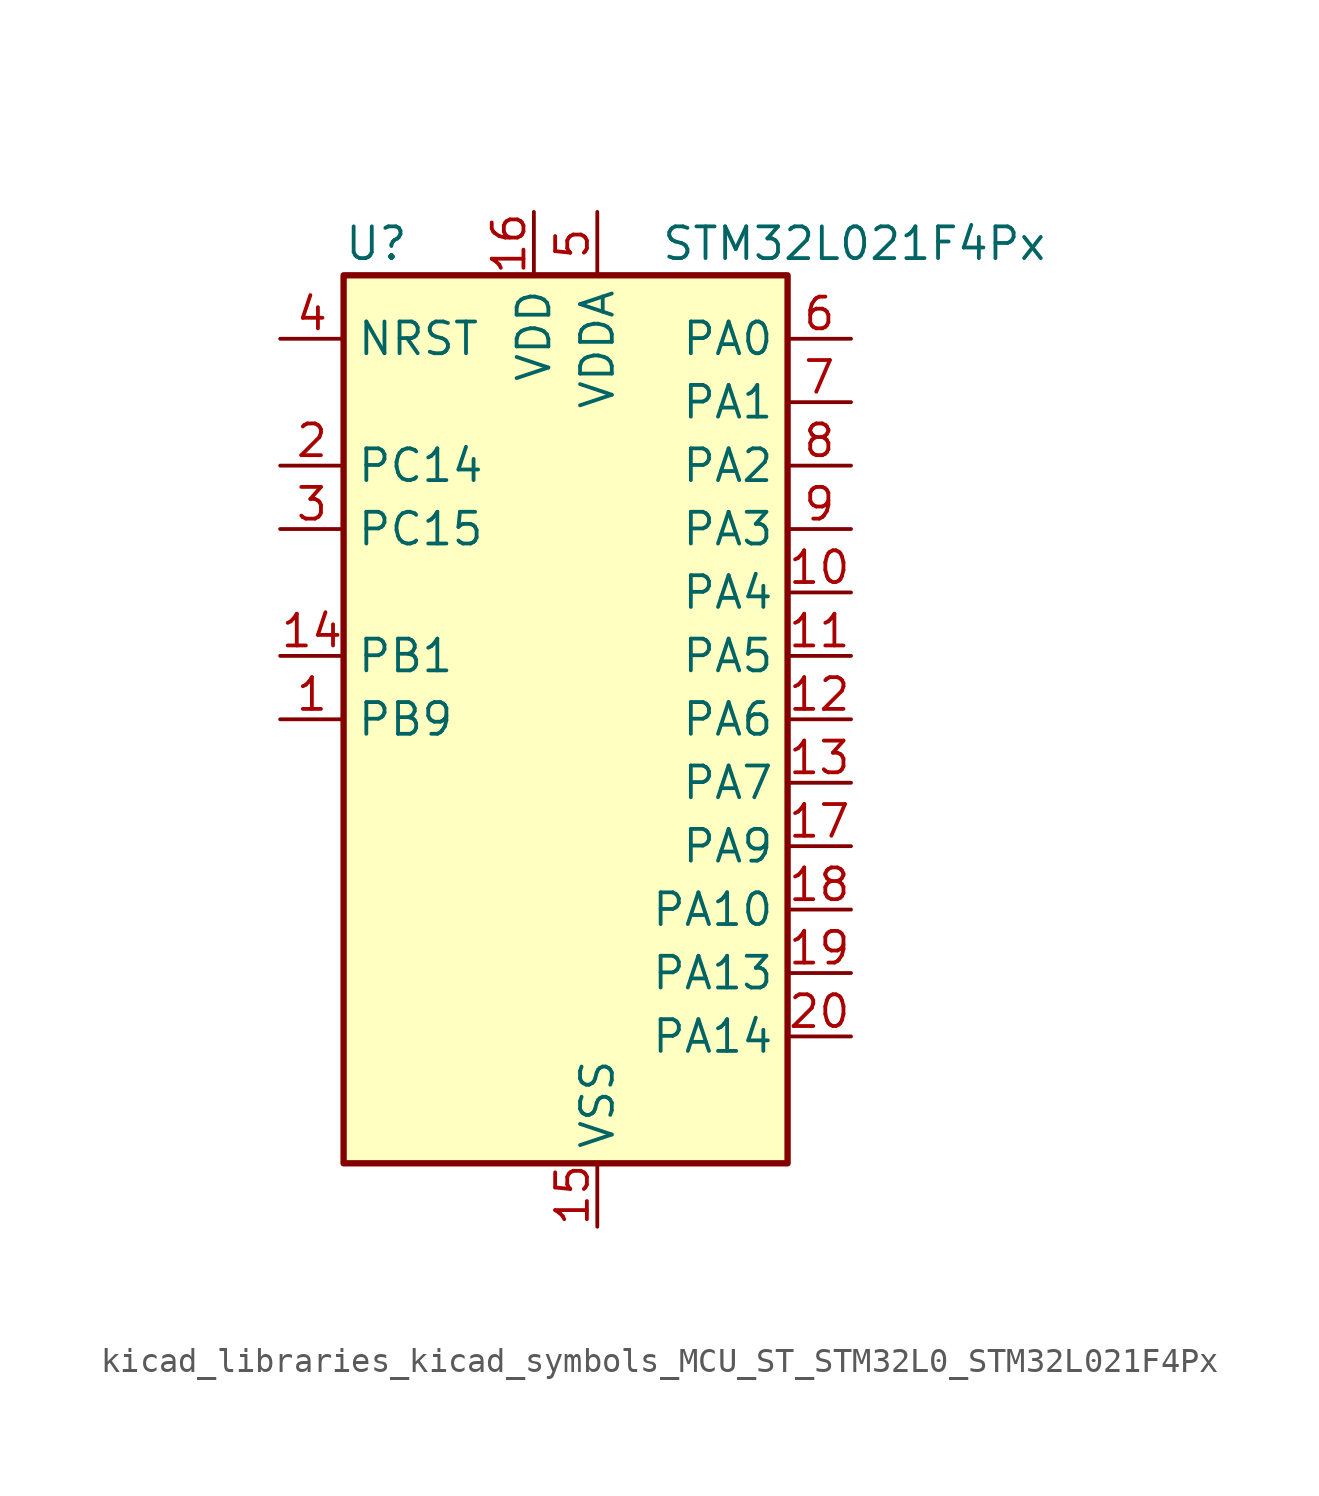
<source format=kicad_sym>
(kicad_symbol_lib
  (version 20220914)
  (generator kicad_symbol_editor)
  (symbol "kicad_libraries_kicad_symbols_MCU_ST_STM32L0_STM32L021F4Px"
    (property "Reference" "U"
      (at -7.62 19.05 0)
      (effects (font (size 1.27 1.27)) (justify left)))
    (property "Value" "STM32L021F4Px"
      (at 5.08 19.05 0)
      (effects (font (size 1.27 1.27)) (justify left)))
    (property "ki_locked" ""
      (at 0 0 0)
      (effects (font (size 1.27 1.27))))
    (symbol "kicad_libraries_kicad_symbols_MCU_ST_STM32L0_STM32L021F4Px_0_1"
      (rectangle (start -7.62 -17.78) (end 10.16 17.78) (stroke (width 0.254) (type default)) (fill (type background))))
    (symbol "kicad_libraries_kicad_symbols_MCU_ST_STM32L0_STM32L021F4Px_1_1"
      (pin bidirectional line (at -10.16 0 0) (length 2.54) (name "PB9" (effects (font (size 1.27 1.27)))) (number "1" (effects (font (size 1.27 1.27)))))
      (pin bidirectional line (at 12.7 5.08 180) (length 2.54) (name "PA4" (effects (font (size 1.27 1.27)))) (number "10" (effects (font (size 1.27 1.27)))) (alternate "ADC_IN4" bidirectional line) (alternate "COMP1_INM" bidirectional line) (alternate "COMP2_INM" bidirectional line) (alternate "COMP2_OUT" bidirectional line) (alternate "I2C1_SCL" bidirectional line) (alternate "LPTIM1_ETR" bidirectional line) (alternate "LPTIM1_IN1" bidirectional line) (alternate "LPUART1_TX" bidirectional line) (alternate "SPI1_NSS" bidirectional line) (alternate "TIM2_ETR" bidirectional line) (alternate "USART2_CK" bidirectional line))
      (pin bidirectional line (at 12.7 2.54 180) (length 2.54) (name "PA5" (effects (font (size 1.27 1.27)))) (number "11" (effects (font (size 1.27 1.27)))) (alternate "ADC_IN5" bidirectional line) (alternate "COMP1_INM" bidirectional line) (alternate "COMP2_INM" bidirectional line) (alternate "LPTIM1_IN2" bidirectional line) (alternate "SPI1_SCK" bidirectional line) (alternate "TIM2_CH1" bidirectional line) (alternate "TIM2_ETR" bidirectional line))
      (pin bidirectional line (at 12.7 0 180) (length 2.54) (name "PA6" (effects (font (size 1.27 1.27)))) (number "12" (effects (font (size 1.27 1.27)))) (alternate "ADC_IN6" bidirectional line) (alternate "COMP1_OUT" bidirectional line) (alternate "LPTIM1_ETR" bidirectional line) (alternate "LPUART1_CTS" bidirectional line) (alternate "SPI1_MISO" bidirectional line))
      (pin bidirectional line (at 12.7 -2.54 180) (length 2.54) (name "PA7" (effects (font (size 1.27 1.27)))) (number "13" (effects (font (size 1.27 1.27)))) (alternate "ADC_IN7" bidirectional line) (alternate "COMP2_INP" bidirectional line) (alternate "COMP2_OUT" bidirectional line) (alternate "LPTIM1_OUT" bidirectional line) (alternate "SPI1_MOSI" bidirectional line) (alternate "TIM21_ETR" bidirectional line) (alternate "USART2_CTS" bidirectional line))
      (pin bidirectional line (at -10.16 2.54 0) (length 2.54) (name "PB1" (effects (font (size 1.27 1.27)))) (number "14" (effects (font (size 1.27 1.27)))) (alternate "ADC_IN9" bidirectional line) (alternate "LPTIM1_IN1" bidirectional line) (alternate "LPUART1_DE" bidirectional line) (alternate "LPUART1_RTS" bidirectional line) (alternate "SPI1_MOSI" bidirectional line) (alternate "SYS_VREF_OUT_PB1" bidirectional line) (alternate "TIM2_CH4" bidirectional line) (alternate "USART2_CK" bidirectional line))
      (pin power_in line (at 2.54 -20.32 90) (length 2.54) (name "VSS" (effects (font (size 1.27 1.27)))) (number "15" (effects (font (size 1.27 1.27)))))
      (pin power_in line (at 0 20.32 270) (length 2.54) (name "VDD" (effects (font (size 1.27 1.27)))) (number "16" (effects (font (size 1.27 1.27)))))
      (pin bidirectional line (at 12.7 -5.08 180) (length 2.54) (name "PA9" (effects (font (size 1.27 1.27)))) (number "17" (effects (font (size 1.27 1.27)))) (alternate "COMP1_OUT" bidirectional line) (alternate "I2C1_SCL" bidirectional line) (alternate "LPTIM1_OUT" bidirectional line) (alternate "RCC_MCO" bidirectional line) (alternate "TIM21_CH2" bidirectional line) (alternate "USART2_TX" bidirectional line))
      (pin bidirectional line (at 12.7 -7.62 180) (length 2.54) (name "PA10" (effects (font (size 1.27 1.27)))) (number "18" (effects (font (size 1.27 1.27)))) (alternate "COMP1_OUT" bidirectional line) (alternate "I2C1_SDA" bidirectional line) (alternate "RTC_REFIN" bidirectional line) (alternate "TIM21_CH1" bidirectional line) (alternate "TIM2_CH3" bidirectional line) (alternate "USART2_RX" bidirectional line))
      (pin bidirectional line (at 12.7 -10.16 180) (length 2.54) (name "PA13" (effects (font (size 1.27 1.27)))) (number "19" (effects (font (size 1.27 1.27)))) (alternate "COMP1_OUT" bidirectional line) (alternate "I2C1_SDA" bidirectional line) (alternate "LPTIM1_ETR" bidirectional line) (alternate "LPUART1_RX" bidirectional line) (alternate "SPI1_SCK" bidirectional line) (alternate "SYS_SWDIO" bidirectional line))
      (pin bidirectional line (at -10.16 10.16 0) (length 2.54) (name "PC14" (effects (font (size 1.27 1.27)))) (number "2" (effects (font (size 1.27 1.27)))) (alternate "RCC_OSC32_IN" bidirectional line))
      (pin bidirectional line (at 12.7 -12.7 180) (length 2.54) (name "PA14" (effects (font (size 1.27 1.27)))) (number "20" (effects (font (size 1.27 1.27)))) (alternate "COMP2_OUT" bidirectional line) (alternate "I2C1_SMBA" bidirectional line) (alternate "LPTIM1_OUT" bidirectional line) (alternate "LPUART1_TX" bidirectional line) (alternate "SPI1_MISO" bidirectional line) (alternate "SYS_SWCLK" bidirectional line) (alternate "USART2_TX" bidirectional line))
      (pin bidirectional line (at -10.16 7.62 0) (length 2.54) (name "PC15" (effects (font (size 1.27 1.27)))) (number "3" (effects (font (size 1.27 1.27)))) (alternate "RCC_OSC32_OUT" bidirectional line))
      (pin input line (at -10.16 15.24 0) (length 2.54) (name "NRST" (effects (font (size 1.27 1.27)))) (number "4" (effects (font (size 1.27 1.27)))))
      (pin power_in line (at 2.54 20.32 270) (length 2.54) (name "VDDA" (effects (font (size 1.27 1.27)))) (number "5" (effects (font (size 1.27 1.27)))))
      (pin bidirectional line (at 12.7 15.24 180) (length 2.54) (name "PA0" (effects (font (size 1.27 1.27)))) (number "6" (effects (font (size 1.27 1.27)))) (alternate "ADC_IN0" bidirectional line) (alternate "COMP1_INM" bidirectional line) (alternate "COMP1_OUT" bidirectional line) (alternate "LPTIM1_IN1" bidirectional line) (alternate "LPUART1_RX" bidirectional line) (alternate "RCC_CK_IN" bidirectional line) (alternate "RTC_TAMP2" bidirectional line) (alternate "SYS_WKUP1" bidirectional line) (alternate "TIM2_CH1" bidirectional line) (alternate "TIM2_ETR" bidirectional line) (alternate "USART2_CTS" bidirectional line) (alternate "USART2_RX" bidirectional line))
      (pin bidirectional line (at 12.7 12.7 180) (length 2.54) (name "PA1" (effects (font (size 1.27 1.27)))) (number "7" (effects (font (size 1.27 1.27)))) (alternate "ADC_IN1" bidirectional line) (alternate "COMP1_INP" bidirectional line) (alternate "I2C1_SMBA" bidirectional line) (alternate "LPTIM1_IN2" bidirectional line) (alternate "LPUART1_TX" bidirectional line) (alternate "TIM21_ETR" bidirectional line) (alternate "TIM2_CH2" bidirectional line) (alternate "USART2_DE" bidirectional line) (alternate "USART2_RTS" bidirectional line))
      (pin bidirectional line (at 12.7 10.16 180) (length 2.54) (name "PA2" (effects (font (size 1.27 1.27)))) (number "8" (effects (font (size 1.27 1.27)))) (alternate "ADC_IN2" bidirectional line) (alternate "COMP2_INM" bidirectional line) (alternate "COMP2_OUT" bidirectional line) (alternate "LPUART1_TX" bidirectional line) (alternate "RTC_OUT_ALARM" bidirectional line) (alternate "RTC_OUT_CALIB" bidirectional line) (alternate "RTC_TAMP3" bidirectional line) (alternate "RTC_TS" bidirectional line) (alternate "SYS_WKUP3" bidirectional line) (alternate "TIM21_CH1" bidirectional line) (alternate "TIM2_CH3" bidirectional line) (alternate "USART2_TX" bidirectional line))
      (pin bidirectional line (at 12.7 7.62 180) (length 2.54) (name "PA3" (effects (font (size 1.27 1.27)))) (number "9" (effects (font (size 1.27 1.27)))) (alternate "ADC_IN3" bidirectional line) (alternate "COMP2_INP" bidirectional line) (alternate "LPUART1_RX" bidirectional line) (alternate "TIM21_CH2" bidirectional line) (alternate "TIM2_CH4" bidirectional line) (alternate "USART2_RX" bidirectional line)))))
</source>
